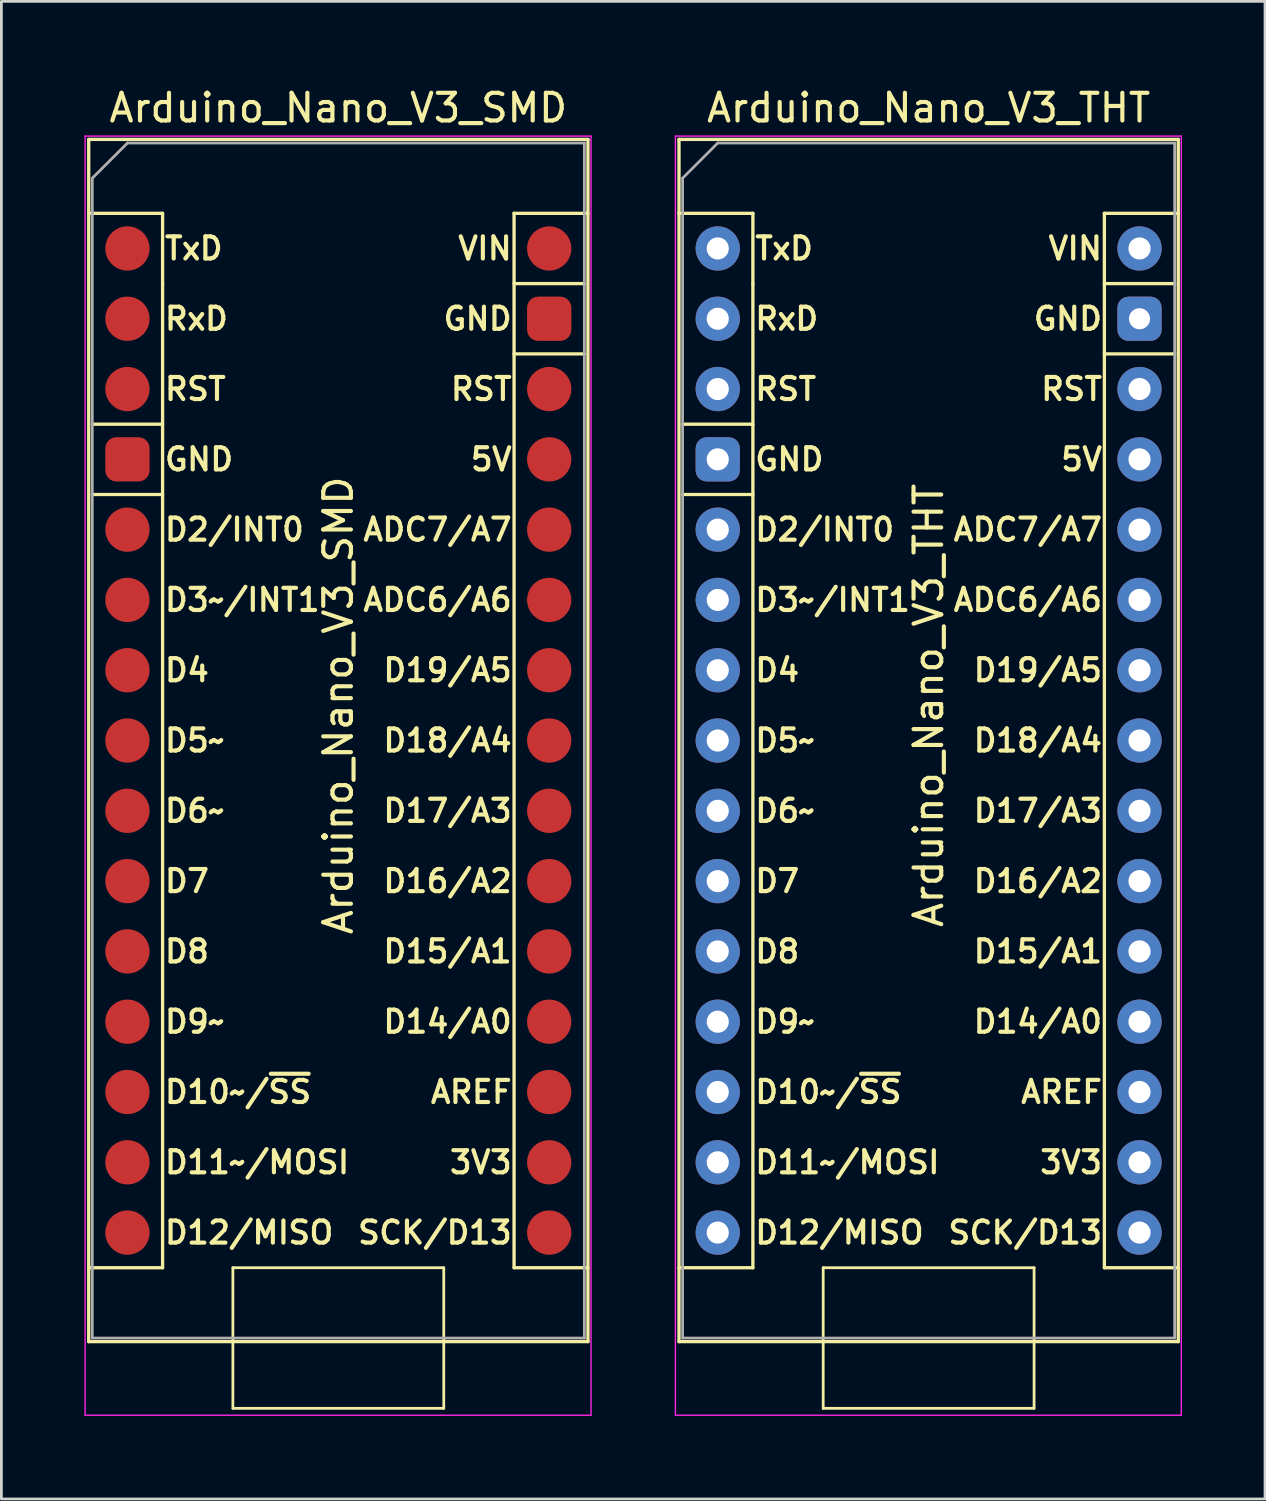
<source format=kicad_pcb>
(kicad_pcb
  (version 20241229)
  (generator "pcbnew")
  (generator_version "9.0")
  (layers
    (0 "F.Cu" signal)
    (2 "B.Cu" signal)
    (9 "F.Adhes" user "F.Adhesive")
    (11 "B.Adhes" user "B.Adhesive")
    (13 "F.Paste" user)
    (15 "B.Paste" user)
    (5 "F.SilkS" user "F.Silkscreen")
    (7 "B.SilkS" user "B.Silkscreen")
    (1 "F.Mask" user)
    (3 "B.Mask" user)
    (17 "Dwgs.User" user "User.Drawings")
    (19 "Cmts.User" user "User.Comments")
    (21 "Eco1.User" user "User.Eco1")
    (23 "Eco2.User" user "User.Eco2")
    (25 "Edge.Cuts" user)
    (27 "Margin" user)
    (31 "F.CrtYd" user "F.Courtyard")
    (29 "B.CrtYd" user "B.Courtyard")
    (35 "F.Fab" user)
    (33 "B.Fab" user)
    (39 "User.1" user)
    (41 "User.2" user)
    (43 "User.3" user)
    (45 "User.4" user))
  (footprint "Arduino_Nano_V3_SMD"
    (layer "F.Cu")
    (at 1.555 5.928)
    (property "Reference" "Arduino_Nano_V3_SMD" (at 7.62 -5.08 0) (layer "F.SilkS") (effects (font (size 1 1) (thickness 0.15))))
    (attr through_hole)
    (fp_line (start -1.4 -3.94) (end -1.4 -1.27) (stroke (width 0.12) (type solid)) (layer "F.SilkS"))
    (fp_line (start -1.4 -1.27) (end -1.4 39.5) (stroke (width 0.12) (type solid)) (layer "F.SilkS"))
    (fp_line (start -1.4 39.5) (end 16.64 39.5) (stroke (width 0.12) (type solid)) (layer "F.SilkS"))
    (fp_line (start 1.27 -1.27) (end -1.4 -1.27) (stroke (width 0.12) (type solid)) (layer "F.SilkS"))
    (fp_line (start 1.27 1.27) (end 1.27 -1.27) (stroke (width 0.12) (type solid)) (layer "F.SilkS"))
    (fp_line (start 1.27 1.27) (end 1.27 36.83) (stroke (width 0.12) (type solid)) (layer "F.SilkS"))
    (fp_line (start 1.27 6.35) (end -1.27 6.35) (stroke (width 0.12) (type solid)) (layer "F.SilkS"))
    (fp_line (start 1.27 8.89) (end -1.27 8.89) (stroke (width 0.12) (type solid)) (layer "F.SilkS"))
    (fp_line (start 1.27 36.83) (end -1.4 36.83) (stroke (width 0.12) (type solid)) (layer "F.SilkS"))
    (fp_line (start 3.81 36.83) (end 11.43 36.83) (stroke (width 0.1) (type solid)) (layer "F.SilkS"))
    (fp_line (start 3.81 41.91) (end 3.81 36.83) (stroke (width 0.1) (type solid)) (layer "F.SilkS"))
    (fp_line (start 11.43 36.83) (end 11.43 41.91) (stroke (width 0.1) (type solid)) (layer "F.SilkS"))
    (fp_line (start 11.43 41.91) (end 3.81 41.91) (stroke (width 0.1) (type solid)) (layer "F.SilkS"))
    (fp_line (start 13.97 -1.27) (end 13.97 36.83) (stroke (width 0.12) (type solid)) (layer "F.SilkS"))
    (fp_line (start 13.97 -1.27) (end 16.64 -1.27) (stroke (width 0.12) (type solid)) (layer "F.SilkS"))
    (fp_line (start 13.97 36.83) (end 16.64 36.83) (stroke (width 0.12) (type solid)) (layer "F.SilkS"))
    (fp_line (start 16.51 1.27) (end 13.97 1.27) (stroke (width 0.12) (type solid)) (layer "F.SilkS"))
    (fp_line (start 16.51 3.81) (end 13.97 3.81) (stroke (width 0.12) (type solid)) (layer "F.SilkS"))
    (fp_line (start 16.64 -3.94) (end -1.4 -3.94) (stroke (width 0.12) (type solid)) (layer "F.SilkS"))
    (fp_line (start 16.64 39.5) (end 16.64 -3.94) (stroke (width 0.12) (type solid)) (layer "F.SilkS"))
    (fp_line (start -1.53 -4.06) (end -1.53 42.16) (stroke (width 0.05) (type solid)) (layer "F.CrtYd"))
    (fp_line (start -1.53 -4.06) (end 16.75 -4.06) (stroke (width 0.05) (type solid)) (layer "F.CrtYd"))
    (fp_line (start 16.75 42.16) (end -1.53 42.16) (stroke (width 0.05) (type solid)) (layer "F.CrtYd"))
    (fp_line (start 16.75 42.16) (end 16.75 -4.06) (stroke (width 0.05) (type solid)) (layer "F.CrtYd"))
    (fp_line (start -1.27 -2.54) (end 0 -3.81) (stroke (width 0.1) (type solid)) (layer "F.Fab"))
    (fp_line (start -1.27 39.37) (end -1.27 -2.54) (stroke (width 0.1) (type solid)) (layer "F.Fab"))
    (fp_line (start 0 -3.81) (end 16.51 -3.81) (stroke (width 0.1) (type solid)) (layer "F.Fab"))
    (fp_line (start 16.51 -3.81) (end 16.51 39.37) (stroke (width 0.1) (type solid)) (layer "F.Fab"))
    (fp_line (start 16.51 39.37) (end -1.27 39.37) (stroke (width 0.1) (type solid)) (layer "F.Fab"))
    (fp_text user "D6~" (at 1.27 20.32 0) (layer "F.SilkS") (effects (font (size 0.8 0.8) (thickness 0.15)) (justify left)))
    (fp_text user "D9~" (at 1.27 27.94 0) (layer "F.SilkS") (effects (font (size 0.8 0.8) (thickness 0.15)) (justify left)))
    (fp_text user "D3~/INT1" (at 1.27 12.7 0) (layer "F.SilkS") (effects (font (size 0.8 0.8) (thickness 0.15)) (justify left)))
    (fp_text user "TxD" (at 1.27 0 0) (layer "F.SilkS") (effects (font (size 0.8 0.8) (thickness 0.15)) (justify left)))
    (fp_text user "RST" (at 13.97 5.08 0) (layer "F.SilkS") (effects (font (size 0.8 0.8) (thickness 0.15)) (justify right)))
    (fp_text user "ADC7/A7" (at 13.97 10.16 0) (layer "F.SilkS") (effects (font (size 0.8 0.8) (thickness 0.15)) (justify right)))
    (fp_text user "D10~/~{SS}" (at 1.27 30.48 0) (layer "F.SilkS") (effects (font (size 0.8 0.8) (thickness 0.15)) (justify left)))
    (fp_text user "GND" (at 13.97 2.54 0) (layer "F.SilkS") (effects (font (size 0.8 0.8) (thickness 0.15)) (justify right)))
    (fp_text user "D5~" (at 1.27 17.78 0) (layer "F.SilkS") (effects (font (size 0.8 0.8) (thickness 0.15)) (justify left)))
    (fp_text user "D2/INT0" (at 1.27 10.16 0) (layer "F.SilkS") (effects (font (size 0.8 0.8) (thickness 0.15)) (justify left)))
    (fp_text user "5V" (at 13.97 7.62 0) (layer "F.SilkS") (effects (font (size 0.8 0.8) (thickness 0.15)) (justify right)))
    (fp_text user "RxD" (at 1.27 2.54 0) (layer "F.SilkS") (effects (font (size 0.8 0.8) (thickness 0.15)) (justify left)))
    (fp_text user "D18/A4" (at 13.97 17.78 0) (layer "F.SilkS") (effects (font (size 0.8 0.8) (thickness 0.15)) (justify right)))
    (fp_text user "D4" (at 1.27 15.24 0) (layer "F.SilkS") (effects (font (size 0.8 0.8) (thickness 0.15)) (justify left)))
    (fp_text user "SCK/D13" (at 13.97 35.56 0) (layer "F.SilkS") (effects (font (size 0.8 0.8) (thickness 0.15)) (justify right)))
    (fp_text user "D8" (at 1.27 25.4 0) (layer "F.SilkS") (effects (font (size 0.8 0.8) (thickness 0.15)) (justify left)))
    (fp_text user "GND" (at 1.27 7.62 0) (layer "F.SilkS") (effects (font (size 0.8 0.8) (thickness 0.15)) (justify left)))
    (fp_text user "VIN" (at 13.97 0 0) (layer "F.SilkS") (effects (font (size 0.8 0.8) (thickness 0.15)) (justify right)))
    (fp_text user "3V3" (at 13.97 33.02 0) (layer "F.SilkS") (effects (font (size 0.8 0.8) (thickness 0.15)) (justify right)))
    (fp_text user "RST" (at 1.27 5.08 0) (layer "F.SilkS") (effects (font (size 0.8 0.8) (thickness 0.15)) (justify left)))
    (fp_text user "D7" (at 1.27 22.86 0) (layer "F.SilkS") (effects (font (size 0.8 0.8) (thickness 0.15)) (justify left)))
    (fp_text user "D15/A1" (at 13.97 25.4 0) (layer "F.SilkS") (effects (font (size 0.8 0.8) (thickness 0.15)) (justify right)))
    (fp_text user "D12/MISO" (at 1.27 35.56 0) (layer "F.SilkS") (effects (font (size 0.8 0.8) (thickness 0.15)) (justify left)))
    (fp_text user "D17/A3" (at 13.97 20.32 0) (layer "F.SilkS") (effects (font (size 0.8 0.8) (thickness 0.15)) (justify right)))
    (fp_text user "D14/A0" (at 13.97 27.94 0) (layer "F.SilkS") (effects (font (size 0.8 0.8) (thickness 0.15)) (justify right)))
    (fp_text user "${REFERENCE}" (at 7.62 16.51 90) (layer "F.SilkS") (effects (font (size 1 1) (thickness 0.15))))
    (fp_text user "D19/A5" (at 13.97 15.24 0) (layer "F.SilkS") (effects (font (size 0.8 0.8) (thickness 0.15)) (justify right)))
    (fp_text user "D16/A2" (at 13.97 22.86 0) (layer "F.SilkS") (effects (font (size 0.8 0.8) (thickness 0.15)) (justify right)))
    (fp_text user "ADC6/A6" (at 13.97 12.7 0) (layer "F.SilkS") (effects (font (size 0.8 0.8) (thickness 0.15)) (justify right)))
    (fp_text user "D11~/MOSI" (at 1.27 33.02 0) (layer "F.SilkS") (effects (font (size 0.8 0.8) (thickness 0.15)) (justify left)))
    (fp_text user "AREF" (at 13.97 30.48 0) (layer "F.SilkS") (effects (font (size 0.8 0.8) (thickness 0.15)) (justify right)))
    (pad "1" smd circle (at 0 0) (size 1.6 1.6) (layers "F.Cu" "F.Mask" "F.Paste"))
    (pad "2" smd circle (at 0 2.54) (size 1.6 1.6) (layers "F.Cu" "F.Mask" "F.Paste"))
    (pad "3" smd circle (at 0 5.08) (size 1.6 1.6) (layers "F.Cu" "F.Mask" "F.Paste"))
    (pad "4" smd roundrect (at 0 7.62) (size 1.6 1.6) (layers "F.Cu" "F.Mask" "F.Paste") (roundrect_rratio 0.25))
    (pad "5" smd circle (at 0 10.16) (size 1.6 1.6) (layers "F.Cu" "F.Mask" "F.Paste"))
    (pad "6" smd circle (at 0 12.7) (size 1.6 1.6) (layers "F.Cu" "F.Mask" "F.Paste"))
    (pad "7" smd circle (at 0 15.24) (size 1.6 1.6) (layers "F.Cu" "F.Mask" "F.Paste"))
    (pad "8" smd circle (at 0 17.78) (size 1.6 1.6) (layers "F.Cu" "F.Mask" "F.Paste"))
    (pad "9" smd circle (at 0 20.32) (size 1.6 1.6) (layers "F.Cu" "F.Mask" "F.Paste"))
    (pad "10" smd circle (at 0 22.86) (size 1.6 1.6) (layers "F.Cu" "F.Mask" "F.Paste"))
    (pad "11" smd circle (at 0 25.4) (size 1.6 1.6) (layers "F.Cu" "F.Mask" "F.Paste"))
    (pad "12" smd circle (at 0 27.94) (size 1.6 1.6) (layers "F.Cu" "F.Mask" "F.Paste"))
    (pad "13" smd circle (at 0 30.48) (size 1.6 1.6) (layers "F.Cu" "F.Mask" "F.Paste"))
    (pad "14" smd circle (at 0 33.02) (size 1.6 1.6) (layers "F.Cu" "F.Mask" "F.Paste"))
    (pad "15" smd circle (at 0 35.56) (size 1.6 1.6) (layers "F.Cu" "F.Mask" "F.Paste"))
    (pad "16" smd circle (at 15.24 35.56) (size 1.6 1.6) (layers "F.Cu" "F.Mask" "F.Paste"))
    (pad "17" smd circle (at 15.24 33.02) (size 1.6 1.6) (layers "F.Cu" "F.Mask" "F.Paste"))
    (pad "18" smd circle (at 15.24 30.48) (size 1.6 1.6) (layers "F.Cu" "F.Mask" "F.Paste"))
    (pad "19" smd circle (at 15.24 27.94) (size 1.6 1.6) (layers "F.Cu" "F.Mask" "F.Paste"))
    (pad "20" smd circle (at 15.24 25.4) (size 1.6 1.6) (layers "F.Cu" "F.Mask" "F.Paste"))
    (pad "21" smd circle (at 15.24 22.86) (size 1.6 1.6) (layers "F.Cu" "F.Mask" "F.Paste"))
    (pad "22" smd circle (at 15.24 20.32) (size 1.6 1.6) (layers "F.Cu" "F.Mask" "F.Paste"))
    (pad "23" smd circle (at 15.24 17.78) (size 1.6 1.6) (layers "F.Cu" "F.Mask" "F.Paste"))
    (pad "24" smd circle (at 15.24 15.24) (size 1.6 1.6) (layers "F.Cu" "F.Mask" "F.Paste"))
    (pad "25" smd circle (at 15.24 12.7) (size 1.6 1.6) (layers "F.Cu" "F.Mask" "F.Paste"))
    (pad "26" smd circle (at 15.24 10.16) (size 1.6 1.6) (layers "F.Cu" "F.Mask" "F.Paste"))
    (pad "27" smd circle (at 15.24 7.62) (size 1.6 1.6) (layers "F.Cu" "F.Mask" "F.Paste"))
    (pad "28" smd circle (at 15.24 5.08) (size 1.6 1.6) (layers "F.Cu" "F.Mask" "F.Paste"))
    (pad "29" smd roundrect (at 15.24 2.54) (size 1.6 1.6) (layers "F.Cu" "F.Mask" "F.Paste") (roundrect_rratio 0.25))
    (pad "30" smd circle (at 15.24 0) (size 1.6 1.6) (layers "F.Cu" "F.Mask" "F.Paste")))
  (footprint "Arduino_Nano_V3_THT"
    (layer "F.Cu")
    (at 22.885 5.928)
    (property "Reference" "Arduino_Nano_V3_THT" (at 7.62 -5.08 0) (layer "F.SilkS") (effects (font (size 1 1) (thickness 0.15))))
    (attr through_hole)
    (fp_line (start -1.4 -3.94) (end -1.4 -1.27) (stroke (width 0.12) (type solid)) (layer "F.SilkS"))
    (fp_line (start -1.4 -1.27) (end -1.4 39.5) (stroke (width 0.12) (type solid)) (layer "F.SilkS"))
    (fp_line (start -1.4 39.5) (end 16.64 39.5) (stroke (width 0.12) (type solid)) (layer "F.SilkS"))
    (fp_line (start 1.27 -1.27) (end -1.4 -1.27) (stroke (width 0.12) (type solid)) (layer "F.SilkS"))
    (fp_line (start 1.27 1.27) (end 1.27 -1.27) (stroke (width 0.12) (type solid)) (layer "F.SilkS"))
    (fp_line (start 1.27 1.27) (end 1.27 36.83) (stroke (width 0.12) (type solid)) (layer "F.SilkS"))
    (fp_line (start 1.27 6.35) (end -1.27 6.35) (stroke (width 0.12) (type solid)) (layer "F.SilkS"))
    (fp_line (start 1.27 8.89) (end -1.27 8.89) (stroke (width 0.12) (type solid)) (layer "F.SilkS"))
    (fp_line (start 1.27 36.83) (end -1.4 36.83) (stroke (width 0.12) (type solid)) (layer "F.SilkS"))
    (fp_line (start 3.81 36.83) (end 11.43 36.83) (stroke (width 0.1) (type solid)) (layer "F.SilkS"))
    (fp_line (start 3.81 41.91) (end 3.81 36.83) (stroke (width 0.1) (type solid)) (layer "F.SilkS"))
    (fp_line (start 11.43 36.83) (end 11.43 41.91) (stroke (width 0.1) (type solid)) (layer "F.SilkS"))
    (fp_line (start 11.43 41.91) (end 3.81 41.91) (stroke (width 0.1) (type solid)) (layer "F.SilkS"))
    (fp_line (start 13.97 -1.27) (end 13.97 36.83) (stroke (width 0.12) (type solid)) (layer "F.SilkS"))
    (fp_line (start 13.97 -1.27) (end 16.64 -1.27) (stroke (width 0.12) (type solid)) (layer "F.SilkS"))
    (fp_line (start 13.97 36.83) (end 16.64 36.83) (stroke (width 0.12) (type solid)) (layer "F.SilkS"))
    (fp_line (start 16.51 1.27) (end 13.97 1.27) (stroke (width 0.12) (type solid)) (layer "F.SilkS"))
    (fp_line (start 16.51 3.81) (end 13.97 3.81) (stroke (width 0.12) (type solid)) (layer "F.SilkS"))
    (fp_line (start 16.64 -3.94) (end -1.4 -3.94) (stroke (width 0.12) (type solid)) (layer "F.SilkS"))
    (fp_line (start 16.64 39.5) (end 16.64 -3.94) (stroke (width 0.12) (type solid)) (layer "F.SilkS"))
    (fp_line (start -1.53 -4.06) (end -1.53 42.16) (stroke (width 0.05) (type solid)) (layer "F.CrtYd"))
    (fp_line (start -1.53 -4.06) (end 16.75 -4.06) (stroke (width 0.05) (type solid)) (layer "F.CrtYd"))
    (fp_line (start 16.75 42.16) (end -1.53 42.16) (stroke (width 0.05) (type solid)) (layer "F.CrtYd"))
    (fp_line (start 16.75 42.16) (end 16.75 -4.06) (stroke (width 0.05) (type solid)) (layer "F.CrtYd"))
    (fp_line (start -1.27 -2.54) (end 0 -3.81) (stroke (width 0.1) (type solid)) (layer "F.Fab"))
    (fp_line (start -1.27 39.37) (end -1.27 -2.54) (stroke (width 0.1) (type solid)) (layer "F.Fab"))
    (fp_line (start 0 -3.81) (end 16.51 -3.81) (stroke (width 0.1) (type solid)) (layer "F.Fab"))
    (fp_line (start 16.51 -3.81) (end 16.51 39.37) (stroke (width 0.1) (type solid)) (layer "F.Fab"))
    (fp_line (start 16.51 39.37) (end -1.27 39.37) (stroke (width 0.1) (type solid)) (layer "F.Fab"))
    (fp_text user "D10~/~{SS}" (at 1.27 30.48 0) (layer "F.SilkS") (effects (font (size 0.8 0.8) (thickness 0.15)) (justify left)))
    (fp_text user "D11~/MOSI" (at 1.27 33.02 0) (layer "F.SilkS") (effects (font (size 0.8 0.8) (thickness 0.15)) (justify left)))
    (fp_text user "ADC7/A7" (at 13.97 10.16 0) (layer "F.SilkS") (effects (font (size 0.8 0.8) (thickness 0.15)) (justify right)))
    (fp_text user "D16/A2" (at 13.97 22.86 0) (layer "F.SilkS") (effects (font (size 0.8 0.8) (thickness 0.15)) (justify right)))
    (fp_text user "D5~" (at 1.27 17.78 0) (layer "F.SilkS") (effects (font (size 0.8 0.8) (thickness 0.15)) (justify left)))
    (fp_text user "D12/MISO" (at 1.27 35.56 0) (layer "F.SilkS") (effects (font (size 0.8 0.8) (thickness 0.15)) (justify left)))
    (fp_text user "TxD" (at 1.27 0 0) (layer "F.SilkS") (effects (font (size 0.8 0.8) (thickness 0.15)) (justify left)))
    (fp_text user "D17/A3" (at 13.97 20.32 0) (layer "F.SilkS") (effects (font (size 0.8 0.8) (thickness 0.15)) (justify right)))
    (fp_text user "D8" (at 1.27 25.4 0) (layer "F.SilkS") (effects (font (size 0.8 0.8) (thickness 0.15)) (justify left)))
    (fp_text user "RST" (at 13.97 5.08 0) (layer "F.SilkS") (effects (font (size 0.8 0.8) (thickness 0.15)) (justify right)))
    (fp_text user "3V3" (at 13.97 33.02 0) (layer "F.SilkS") (effects (font (size 0.8 0.8) (thickness 0.15)) (justify right)))
    (fp_text user "VIN" (at 13.97 0 0) (layer "F.SilkS") (effects (font (size 0.8 0.8) (thickness 0.15)) (justify right)))
    (fp_text user "D7" (at 1.27 22.86 0) (layer "F.SilkS") (effects (font (size 0.8 0.8) (thickness 0.15)) (justify left)))
    (fp_text user "AREF" (at 13.97 30.48 0) (layer "F.SilkS") (effects (font (size 0.8 0.8) (thickness 0.15)) (justify right)))
    (fp_text user "D2/INT0" (at 1.27 10.16 0) (layer "F.SilkS") (effects (font (size 0.8 0.8) (thickness 0.15)) (justify left)))
    (fp_text user "${REFERENCE}" (at 7.62 16.51 90) (layer "F.SilkS") (effects (font (size 1 1) (thickness 0.15))))
    (fp_text user "GND" (at 1.27 7.62 0) (layer "F.SilkS") (effects (font (size 0.8 0.8) (thickness 0.15)) (justify left)))
    (fp_text user "RST" (at 1.27 5.08 0) (layer "F.SilkS") (effects (font (size 0.8 0.8) (thickness 0.15)) (justify left)))
    (fp_text user "D3~/INT1" (at 1.27 12.7 0) (layer "F.SilkS") (effects (font (size 0.8 0.8) (thickness 0.15)) (justify left)))
    (fp_text user "D19/A5" (at 13.97 15.24 0) (layer "F.SilkS") (effects (font (size 0.8 0.8) (thickness 0.15)) (justify right)))
    (fp_text user "5V" (at 13.97 7.62 0) (layer "F.SilkS") (effects (font (size 0.8 0.8) (thickness 0.15)) (justify right)))
    (fp_text user "D14/A0" (at 13.97 27.94 0) (layer "F.SilkS") (effects (font (size 0.8 0.8) (thickness 0.15)) (justify right)))
    (fp_text user "RxD" (at 1.27 2.54 0) (layer "F.SilkS") (effects (font (size 0.8 0.8) (thickness 0.15)) (justify left)))
    (fp_text user "SCK/D13" (at 13.97 35.56 0) (layer "F.SilkS") (effects (font (size 0.8 0.8) (thickness 0.15)) (justify right)))
    (fp_text user "D6~" (at 1.27 20.32 0) (layer "F.SilkS") (effects (font (size 0.8 0.8) (thickness 0.15)) (justify left)))
    (fp_text user "D18/A4" (at 13.97 17.78 0) (layer "F.SilkS") (effects (font (size 0.8 0.8) (thickness 0.15)) (justify right)))
    (fp_text user "ADC6/A6" (at 13.97 12.7 0) (layer "F.SilkS") (effects (font (size 0.8 0.8) (thickness 0.15)) (justify right)))
    (fp_text user "D4" (at 1.27 15.24 0) (layer "F.SilkS") (effects (font (size 0.8 0.8) (thickness 0.15)) (justify left)))
    (fp_text user "D15/A1" (at 13.97 25.4 0) (layer "F.SilkS") (effects (font (size 0.8 0.8) (thickness 0.15)) (justify right)))
    (fp_text user "D9~" (at 1.27 27.94 0) (layer "F.SilkS") (effects (font (size 0.8 0.8) (thickness 0.15)) (justify left)))
    (fp_text user "GND" (at 13.97 2.54 0) (layer "F.SilkS") (effects (font (size 0.8 0.8) (thickness 0.15)) (justify right)))
    (pad "1" thru_hole circle (at 0 0) (size 1.6 1.6) (drill 0.8) (layers "*.Cu" "*.Mask"))
    (pad "2" thru_hole circle (at 0 2.54) (size 1.6 1.6) (drill 0.8) (layers "*.Cu" "*.Mask"))
    (pad "3" thru_hole circle (at 0 5.08) (size 1.6 1.6) (drill 0.8) (layers "*.Cu" "*.Mask"))
    (pad "4" thru_hole roundrect (at 0 7.62) (size 1.6 1.6) (drill 0.8) (layers "*.Cu" "*.Mask") (roundrect_rratio 0.25))
    (pad "5" thru_hole circle (at 0 10.16) (size 1.6 1.6) (drill 0.8) (layers "*.Cu" "*.Mask"))
    (pad "6" thru_hole circle (at 0 12.7) (size 1.6 1.6) (drill 0.8) (layers "*.Cu" "*.Mask"))
    (pad "7" thru_hole circle (at 0 15.24) (size 1.6 1.6) (drill 0.8) (layers "*.Cu" "*.Mask"))
    (pad "8" thru_hole circle (at 0 17.78) (size 1.6 1.6) (drill 0.8) (layers "*.Cu" "*.Mask"))
    (pad "9" thru_hole circle (at 0 20.32) (size 1.6 1.6) (drill 0.8) (layers "*.Cu" "*.Mask"))
    (pad "10" thru_hole circle (at 0 22.86) (size 1.6 1.6) (drill 0.8) (layers "*.Cu" "*.Mask"))
    (pad "11" thru_hole circle (at 0 25.4) (size 1.6 1.6) (drill 0.8) (layers "*.Cu" "*.Mask"))
    (pad "12" thru_hole circle (at 0 27.94) (size 1.6 1.6) (drill 0.8) (layers "*.Cu" "*.Mask"))
    (pad "13" thru_hole circle (at 0 30.48) (size 1.6 1.6) (drill 0.8) (layers "*.Cu" "*.Mask"))
    (pad "14" thru_hole circle (at 0 33.02) (size 1.6 1.6) (drill 0.8) (layers "*.Cu" "*.Mask"))
    (pad "15" thru_hole circle (at 0 35.56) (size 1.6 1.6) (drill 0.8) (layers "*.Cu" "*.Mask"))
    (pad "16" thru_hole circle (at 15.24 35.56) (size 1.6 1.6) (drill 0.8) (layers "*.Cu" "*.Mask"))
    (pad "17" thru_hole circle (at 15.24 33.02) (size 1.6 1.6) (drill 0.8) (layers "*.Cu" "*.Mask"))
    (pad "18" thru_hole circle (at 15.24 30.48) (size 1.6 1.6) (drill 0.8) (layers "*.Cu" "*.Mask"))
    (pad "19" thru_hole circle (at 15.24 27.94) (size 1.6 1.6) (drill 0.8) (layers "*.Cu" "*.Mask"))
    (pad "20" thru_hole circle (at 15.24 25.4) (size 1.6 1.6) (drill 0.8) (layers "*.Cu" "*.Mask"))
    (pad "21" thru_hole circle (at 15.24 22.86) (size 1.6 1.6) (drill 0.8) (layers "*.Cu" "*.Mask"))
    (pad "22" thru_hole circle (at 15.24 20.32) (size 1.6 1.6) (drill 0.8) (layers "*.Cu" "*.Mask"))
    (pad "23" thru_hole circle (at 15.24 17.78) (size 1.6 1.6) (drill 0.8) (layers "*.Cu" "*.Mask"))
    (pad "24" thru_hole circle (at 15.24 15.24) (size 1.6 1.6) (drill 0.8) (layers "*.Cu" "*.Mask"))
    (pad "25" thru_hole circle (at 15.24 12.7) (size 1.6 1.6) (drill 0.8) (layers "*.Cu" "*.Mask"))
    (pad "26" thru_hole circle (at 15.24 10.16) (size 1.6 1.6) (drill 0.8) (layers "*.Cu" "*.Mask"))
    (pad "27" thru_hole circle (at 15.24 7.62) (size 1.6 1.6) (drill 0.8) (layers "*.Cu" "*.Mask"))
    (pad "28" thru_hole circle (at 15.24 5.08) (size 1.6 1.6) (drill 0.8) (layers "*.Cu" "*.Mask"))
    (pad "29" thru_hole roundrect (at 15.24 2.54) (size 1.6 1.6) (drill 0.762) (layers "*.Cu" "*.Mask") (roundrect_rratio 0.25))
    (pad "30" thru_hole circle (at 15.24 0) (size 1.6 1.6) (drill 0.8) (layers "*.Cu" "*.Mask")))
  (gr_rect
    (start -3 -3)
    (end 42.66 51.113)
    (stroke (width 0.1) (type default))
    (fill no)
    (layer "Edge.Cuts")))
</source>
